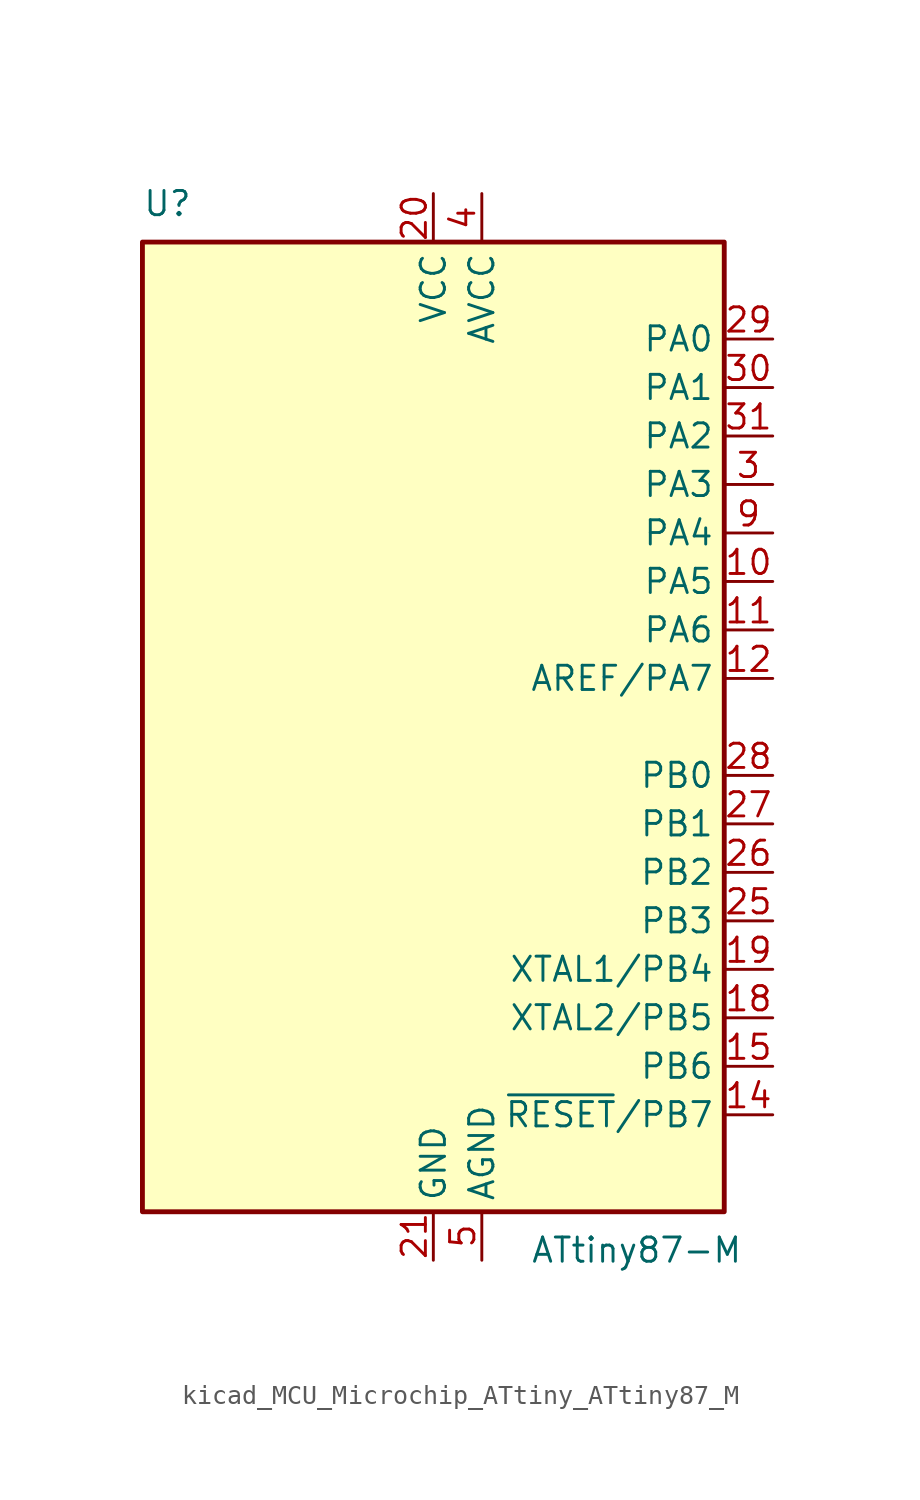
<source format=kicad_sym>
(kicad_symbol_lib
  (version 20220914)
  (generator kicad_symbol_editor)
  (symbol "kicad_MCU_Microchip_ATtiny_ATtiny87_M"
    (property "Reference" "U"
      (at -15.24 26.67 0)
      (effects (font (size 1.27 1.27)) (justify left bottom)))
    (property "Value" "ATtiny87-M"
      (at 5.08 -26.67 0)
      (effects (font (size 1.27 1.27)) (justify left top)))
    (symbol "kicad_MCU_Microchip_ATtiny_ATtiny87_M_0_1"
      (rectangle (start -15.24 -25.4) (end 15.24 25.4) (stroke (width 0.254) (type default)) (fill (type background))))
    (symbol "kicad_MCU_Microchip_ATtiny_ATtiny87_M_1_1"
      (pin no_connect line (at -15.24 5.08 0) (length 2.54) hide (name "NC" (effects (font (size 1.27 1.27)))) (number "1" (effects (font (size 1.27 1.27)))))
      (pin bidirectional line (at 17.78 7.62 180) (length 2.54) (name "PA5" (effects (font (size 1.27 1.27)))) (number "10" (effects (font (size 1.27 1.27)))))
      (pin bidirectional line (at 17.78 5.08 180) (length 2.54) (name "PA6" (effects (font (size 1.27 1.27)))) (number "11" (effects (font (size 1.27 1.27)))))
      (pin bidirectional line (at 17.78 2.54 180) (length 2.54) (name "AREF/PA7" (effects (font (size 1.27 1.27)))) (number "12" (effects (font (size 1.27 1.27)))))
      (pin no_connect line (at -15.24 -7.62 0) (length 2.54) hide (name "NC" (effects (font (size 1.27 1.27)))) (number "13" (effects (font (size 1.27 1.27)))))
      (pin bidirectional line (at 17.78 -20.32 180) (length 2.54) (name "~{RESET}/PB7" (effects (font (size 1.27 1.27)))) (number "14" (effects (font (size 1.27 1.27)))))
      (pin bidirectional line (at 17.78 -17.78 180) (length 2.54) (name "PB6" (effects (font (size 1.27 1.27)))) (number "15" (effects (font (size 1.27 1.27)))))
      (pin no_connect line (at -15.24 -10.16 0) (length 2.54) hide (name "NC" (effects (font (size 1.27 1.27)))) (number "16" (effects (font (size 1.27 1.27)))))
      (pin no_connect line (at -15.24 -12.7 0) (length 2.54) hide (name "NC" (effects (font (size 1.27 1.27)))) (number "17" (effects (font (size 1.27 1.27)))))
      (pin bidirectional line (at 17.78 -15.24 180) (length 2.54) (name "XTAL2/PB5" (effects (font (size 1.27 1.27)))) (number "18" (effects (font (size 1.27 1.27)))))
      (pin bidirectional line (at 17.78 -12.7 180) (length 2.54) (name "XTAL1/PB4" (effects (font (size 1.27 1.27)))) (number "19" (effects (font (size 1.27 1.27)))))
      (pin no_connect line (at -15.24 2.54 0) (length 2.54) hide (name "NC" (effects (font (size 1.27 1.27)))) (number "2" (effects (font (size 1.27 1.27)))))
      (pin power_in line (at 0 27.94 270) (length 2.54) (name "VCC" (effects (font (size 1.27 1.27)))) (number "20" (effects (font (size 1.27 1.27)))))
      (pin power_in line (at 0 -27.94 90) (length 2.54) (name "GND" (effects (font (size 1.27 1.27)))) (number "21" (effects (font (size 1.27 1.27)))))
      (pin no_connect line (at -15.24 -15.24 0) (length 2.54) hide (name "NC" (effects (font (size 1.27 1.27)))) (number "22" (effects (font (size 1.27 1.27)))))
      (pin no_connect line (at -15.24 -17.78 0) (length 2.54) hide (name "NC" (effects (font (size 1.27 1.27)))) (number "23" (effects (font (size 1.27 1.27)))))
      (pin no_connect line (at -15.24 -20.32 0) (length 2.54) hide (name "NC" (effects (font (size 1.27 1.27)))) (number "24" (effects (font (size 1.27 1.27)))))
      (pin bidirectional line (at 17.78 -10.16 180) (length 2.54) (name "PB3" (effects (font (size 1.27 1.27)))) (number "25" (effects (font (size 1.27 1.27)))))
      (pin bidirectional line (at 17.78 -7.62 180) (length 2.54) (name "PB2" (effects (font (size 1.27 1.27)))) (number "26" (effects (font (size 1.27 1.27)))))
      (pin bidirectional line (at 17.78 -5.08 180) (length 2.54) (name "PB1" (effects (font (size 1.27 1.27)))) (number "27" (effects (font (size 1.27 1.27)))))
      (pin bidirectional line (at 17.78 -2.54 180) (length 2.54) (name "PB0" (effects (font (size 1.27 1.27)))) (number "28" (effects (font (size 1.27 1.27)))))
      (pin bidirectional line (at 17.78 20.32 180) (length 2.54) (name "PA0" (effects (font (size 1.27 1.27)))) (number "29" (effects (font (size 1.27 1.27)))))
      (pin bidirectional line (at 17.78 12.7 180) (length 2.54) (name "PA3" (effects (font (size 1.27 1.27)))) (number "3" (effects (font (size 1.27 1.27)))))
      (pin bidirectional line (at 17.78 17.78 180) (length 2.54) (name "PA1" (effects (font (size 1.27 1.27)))) (number "30" (effects (font (size 1.27 1.27)))))
      (pin bidirectional line (at 17.78 15.24 180) (length 2.54) (name "PA2" (effects (font (size 1.27 1.27)))) (number "31" (effects (font (size 1.27 1.27)))))
      (pin no_connect line (at -15.24 -22.86 0) (length 2.54) hide (name "NC" (effects (font (size 1.27 1.27)))) (number "32" (effects (font (size 1.27 1.27)))))
      (pin passive line (at 0 -27.94 90) (length 2.54) hide (name "GND" (effects (font (size 1.27 1.27)))) (number "33" (effects (font (size 1.27 1.27)))))
      (pin power_in line (at 2.54 27.94 270) (length 2.54) (name "AVCC" (effects (font (size 1.27 1.27)))) (number "4" (effects (font (size 1.27 1.27)))))
      (pin power_in line (at 2.54 -27.94 90) (length 2.54) (name "AGND" (effects (font (size 1.27 1.27)))) (number "5" (effects (font (size 1.27 1.27)))))
      (pin no_connect line (at -15.24 0 0) (length 2.54) hide (name "NC" (effects (font (size 1.27 1.27)))) (number "6" (effects (font (size 1.27 1.27)))))
      (pin no_connect line (at -15.24 -2.54 0) (length 2.54) hide (name "NC" (effects (font (size 1.27 1.27)))) (number "7" (effects (font (size 1.27 1.27)))))
      (pin no_connect line (at -15.24 -5.08 0) (length 2.54) hide (name "NC" (effects (font (size 1.27 1.27)))) (number "8" (effects (font (size 1.27 1.27)))))
      (pin bidirectional line (at 17.78 10.16 180) (length 2.54) (name "PA4" (effects (font (size 1.27 1.27)))) (number "9" (effects (font (size 1.27 1.27))))))))
</source>
